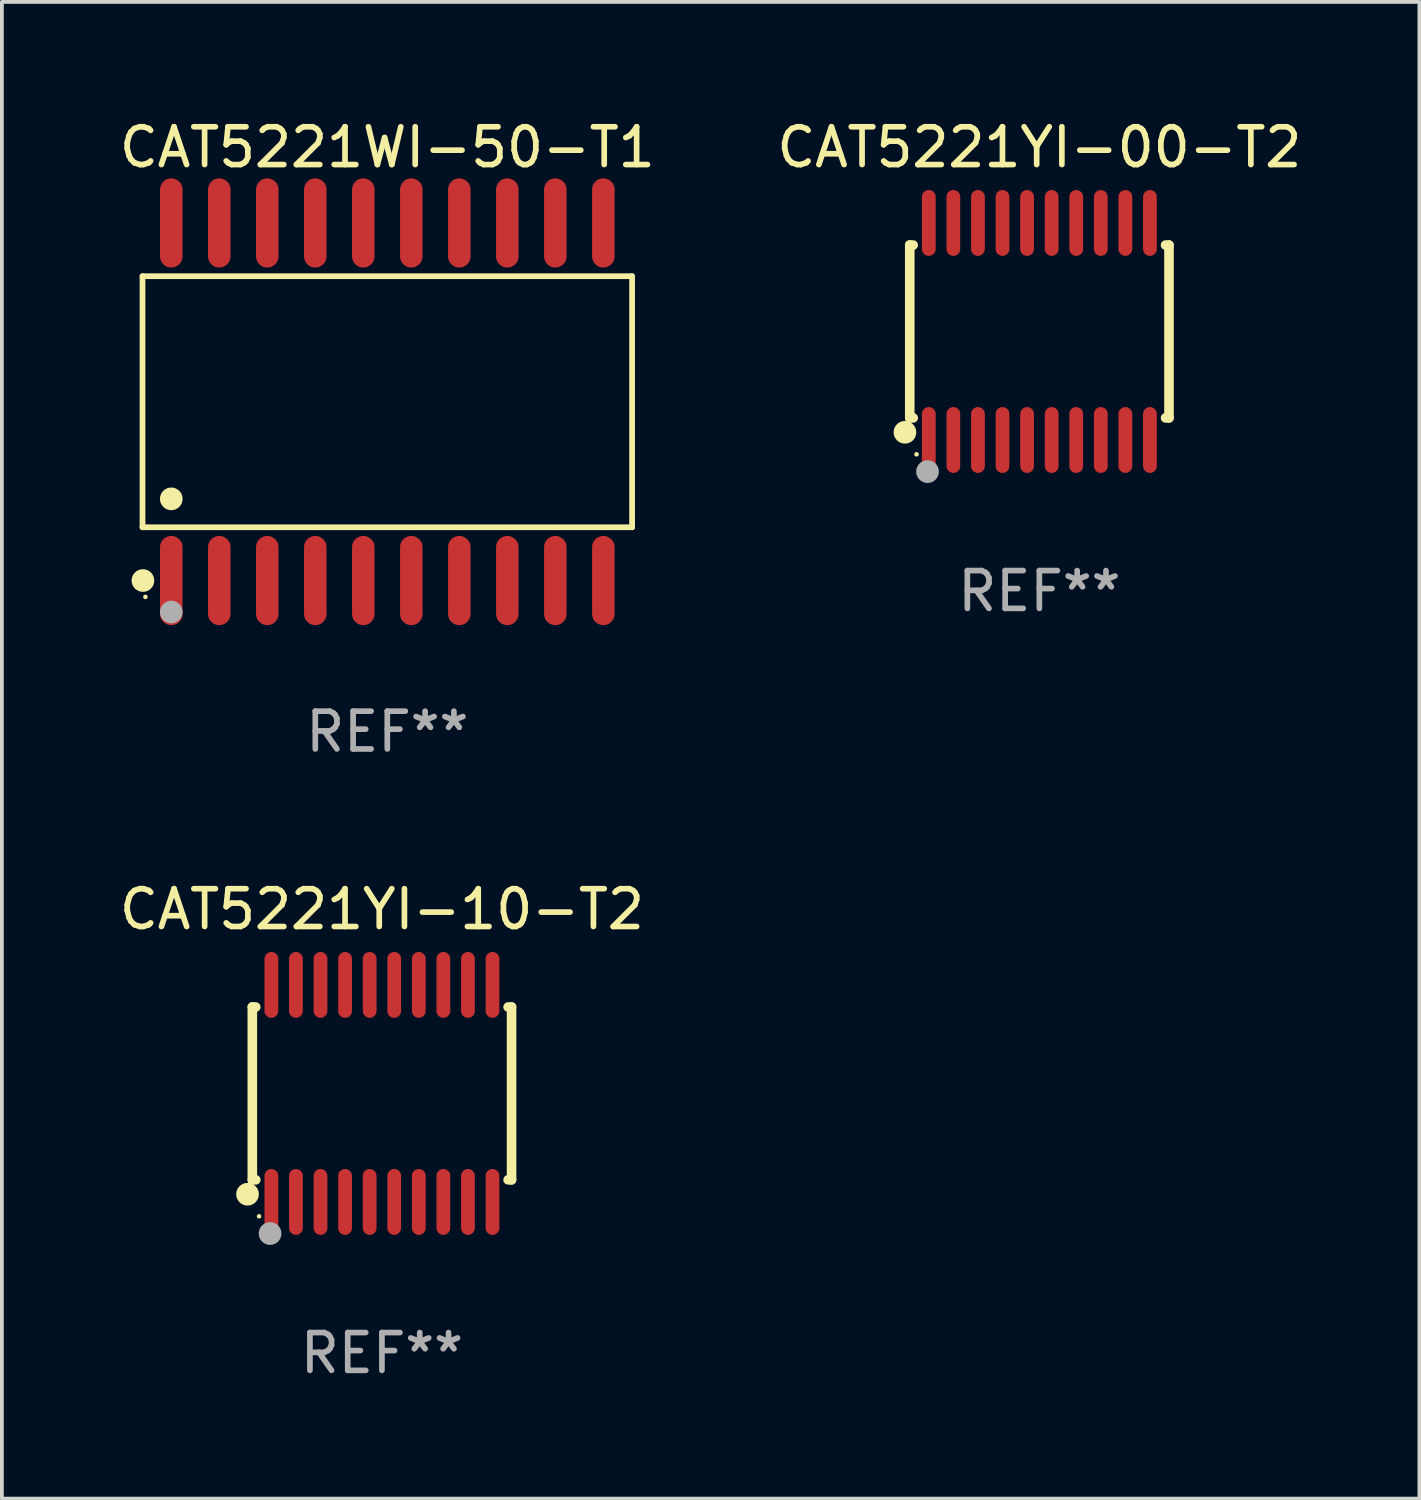
<source format=kicad_pcb>
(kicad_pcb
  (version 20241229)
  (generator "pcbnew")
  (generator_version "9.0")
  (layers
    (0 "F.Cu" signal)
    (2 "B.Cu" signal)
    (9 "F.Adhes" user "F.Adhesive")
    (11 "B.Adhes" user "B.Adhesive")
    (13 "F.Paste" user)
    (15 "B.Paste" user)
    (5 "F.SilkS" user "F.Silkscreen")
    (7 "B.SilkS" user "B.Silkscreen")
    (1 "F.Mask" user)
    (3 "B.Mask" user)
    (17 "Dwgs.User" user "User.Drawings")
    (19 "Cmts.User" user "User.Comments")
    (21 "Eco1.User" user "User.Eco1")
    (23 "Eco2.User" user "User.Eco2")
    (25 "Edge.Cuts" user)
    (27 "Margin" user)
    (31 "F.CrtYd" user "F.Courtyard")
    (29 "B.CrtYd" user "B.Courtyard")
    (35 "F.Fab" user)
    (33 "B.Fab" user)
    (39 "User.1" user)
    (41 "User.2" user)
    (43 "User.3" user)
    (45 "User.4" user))
  (footprint "CAT5221YI-10-T2"
    (layer "F.Cu")
    (at 7.054 25.876)
    (property "Reference" "CAT5221YI-10-T2" (at 0 -4.871 0) (layer "F.SilkS") (effects (font (size 1 1) (thickness 0.15))))
    (attr through_hole)
    (fp_line (start -3.429 -2.286) (end -3.429 2.286) (stroke (width 0.254) (type solid)) (layer "F.SilkS"))
    (fp_line (start -3.429 2.286) (end -3.338 2.286) (stroke (width 0.254) (type solid)) (layer "F.SilkS"))
    (fp_line (start -3.338 -2.286) (end -3.429 -2.286) (stroke (width 0.254) (type solid)) (layer "F.SilkS"))
    (fp_line (start 3.338 -2.286) (end 3.429 -2.286) (stroke (width 0.254) (type solid)) (layer "F.SilkS"))
    (fp_line (start 3.429 -2.286) (end 3.429 2.286) (stroke (width 0.254) (type solid)) (layer "F.SilkS"))
    (fp_line (start 3.429 2.286) (end 3.338 2.286) (stroke (width 0.254) (type solid)) (layer "F.SilkS"))
    (fp_circle (center -3.556 2.667) (end -3.406 2.667) (stroke (width 0.3) (type solid)) (fill no) (layer "F.SilkS"))
    (fp_circle (center -3.25 3.25) (end -3.22 3.25) (stroke (width 0.06) (type solid)) (fill no) (layer "F.SilkS"))
    (fp_circle (center -2.959 3.707) (end -2.808 3.707) (stroke (width 0.3) (type solid)) (fill no) (layer "F.Fab"))
    (fp_text user "REF**" (at 0 6.871 0) (layer "F.Fab") (effects (font (size 1 1) (thickness 0.15))))
    (pad "1" smd oval (at -2.925 2.871) (size 0.364 1.742) (layers "F.Cu" "F.Mask" "F.Paste"))
    (pad "2" smd oval (at -2.275 2.871) (size 0.364 1.742) (layers "F.Cu" "F.Mask" "F.Paste"))
    (pad "3" smd oval (at -1.625 2.871) (size 0.364 1.742) (layers "F.Cu" "F.Mask" "F.Paste"))
    (pad "4" smd oval (at -0.975 2.871) (size 0.364 1.742) (layers "F.Cu" "F.Mask" "F.Paste"))
    (pad "5" smd oval (at -0.325 2.871) (size 0.364 1.742) (layers "F.Cu" "F.Mask" "F.Paste"))
    (pad "6" smd oval (at 0.325 2.871) (size 0.364 1.742) (layers "F.Cu" "F.Mask" "F.Paste"))
    (pad "7" smd oval (at 0.975 2.871) (size 0.364 1.742) (layers "F.Cu" "F.Mask" "F.Paste"))
    (pad "8" smd oval (at 1.625 2.871) (size 0.364 1.742) (layers "F.Cu" "F.Mask" "F.Paste"))
    (pad "9" smd oval (at 2.275 2.871) (size 0.364 1.742) (layers "F.Cu" "F.Mask" "F.Paste"))
    (pad "10" smd oval (at 2.925 2.871) (size 0.364 1.742) (layers "F.Cu" "F.Mask" "F.Paste"))
    (pad "11" smd oval (at 2.925 -2.871) (size 0.364 1.742) (layers "F.Cu" "F.Mask" "F.Paste"))
    (pad "12" smd oval (at 2.275 -2.871) (size 0.364 1.742) (layers "F.Cu" "F.Mask" "F.Paste"))
    (pad "13" smd oval (at 1.625 -2.871) (size 0.364 1.742) (layers "F.Cu" "F.Mask" "F.Paste"))
    (pad "14" smd oval (at 0.975 -2.871) (size 0.364 1.742) (layers "F.Cu" "F.Mask" "F.Paste"))
    (pad "15" smd oval (at 0.325 -2.871) (size 0.364 1.742) (layers "F.Cu" "F.Mask" "F.Paste"))
    (pad "16" smd oval (at -0.325 -2.871) (size 0.364 1.742) (layers "F.Cu" "F.Mask" "F.Paste"))
    (pad "17" smd oval (at -0.975 -2.871) (size 0.364 1.742) (layers "F.Cu" "F.Mask" "F.Paste"))
    (pad "18" smd oval (at -1.625 -2.871) (size 0.364 1.742) (layers "F.Cu" "F.Mask" "F.Paste"))
    (pad "19" smd oval (at -2.275 -2.871) (size 0.364 1.742) (layers "F.Cu" "F.Mask" "F.Paste"))
    (pad "20" smd oval (at -2.925 -2.871) (size 0.364 1.742) (layers "F.Cu" "F.Mask" "F.Paste")))
  (footprint "CAT5221WI-50-T1"
    (layer "F.Cu")
    (at 7.196 7.578)
    (property "Reference" "CAT5221WI-50-T1" (at 0 -6.73 0) (layer "F.SilkS") (effects (font (size 1 1) (thickness 0.15))))
    (attr through_hole)
    (fp_line (start -6.476 -3.321) (end 6.476 -3.321) (stroke (width 0.152) (type solid)) (layer "F.SilkS"))
    (fp_line (start -6.476 3.321) (end -6.476 -3.321) (stroke (width 0.152) (type solid)) (layer "F.SilkS"))
    (fp_line (start 6.476 -3.321) (end 6.476 3.321) (stroke (width 0.152) (type solid)) (layer "F.SilkS"))
    (fp_line (start 6.476 3.321) (end -6.476 3.321) (stroke (width 0.152) (type solid)) (layer "F.SilkS"))
    (fp_circle (center -6.465 4.73) (end -6.315 4.73) (stroke (width 0.3) (type solid)) (fill no) (layer "F.SilkS"))
    (fp_circle (center -6.4 5.163) (end -6.37 5.163) (stroke (width 0.06) (type solid)) (fill no) (layer "F.SilkS"))
    (fp_circle (center -5.715 2.569) (end -5.565 2.569) (stroke (width 0.3) (type solid)) (fill no) (layer "F.SilkS"))
    (fp_circle (center -5.715 5.563) (end -5.565 5.563) (stroke (width 0.3) (type solid)) (fill no) (layer "F.Fab"))
    (fp_text user "REF**" (at 0 8.73 0) (layer "F.Fab") (effects (font (size 1 1) (thickness 0.15))))
    (pad "1" smd oval (at -5.715 4.73) (size 0.595 2.36) (layers "F.Cu" "F.Mask" "F.Paste"))
    (pad "2" smd oval (at -4.445 4.73) (size 0.595 2.36) (layers "F.Cu" "F.Mask" "F.Paste"))
    (pad "3" smd oval (at -3.175 4.73) (size 0.595 2.36) (layers "F.Cu" "F.Mask" "F.Paste"))
    (pad "4" smd oval (at -1.905 4.73) (size 0.595 2.36) (layers "F.Cu" "F.Mask" "F.Paste"))
    (pad "5" smd oval (at -0.635 4.73) (size 0.595 2.36) (layers "F.Cu" "F.Mask" "F.Paste"))
    (pad "6" smd oval (at 0.635 4.73) (size 0.595 2.36) (layers "F.Cu" "F.Mask" "F.Paste"))
    (pad "7" smd oval (at 1.905 4.73) (size 0.595 2.36) (layers "F.Cu" "F.Mask" "F.Paste"))
    (pad "8" smd oval (at 3.175 4.73) (size 0.595 2.36) (layers "F.Cu" "F.Mask" "F.Paste"))
    (pad "9" smd oval (at 4.445 4.73) (size 0.595 2.36) (layers "F.Cu" "F.Mask" "F.Paste"))
    (pad "10" smd oval (at 5.715 4.73) (size 0.595 2.36) (layers "F.Cu" "F.Mask" "F.Paste"))
    (pad "11" smd oval (at 5.715 -4.73) (size 0.595 2.36) (layers "F.Cu" "F.Mask" "F.Paste"))
    (pad "12" smd oval (at 4.445 -4.73) (size 0.595 2.36) (layers "F.Cu" "F.Mask" "F.Paste"))
    (pad "13" smd oval (at 3.175 -4.73) (size 0.595 2.36) (layers "F.Cu" "F.Mask" "F.Paste"))
    (pad "14" smd oval (at 1.905 -4.73) (size 0.595 2.36) (layers "F.Cu" "F.Mask" "F.Paste"))
    (pad "15" smd oval (at 0.635 -4.73) (size 0.595 2.36) (layers "F.Cu" "F.Mask" "F.Paste"))
    (pad "16" smd oval (at -0.635 -4.73) (size 0.595 2.36) (layers "F.Cu" "F.Mask" "F.Paste"))
    (pad "17" smd oval (at -1.905 -4.73) (size 0.595 2.36) (layers "F.Cu" "F.Mask" "F.Paste"))
    (pad "18" smd oval (at -3.175 -4.73) (size 0.595 2.36) (layers "F.Cu" "F.Mask" "F.Paste"))
    (pad "19" smd oval (at -4.445 -4.73) (size 0.595 2.36) (layers "F.Cu" "F.Mask" "F.Paste"))
    (pad "20" smd oval (at -5.715 -4.73) (size 0.595 2.36) (layers "F.Cu" "F.Mask" "F.Paste")))
  (footprint "CAT5221YI-00-T2"
    (layer "F.Cu")
    (at 24.446 5.719)
    (property "Reference" "CAT5221YI-00-T2" (at 0 -4.871 0) (layer "F.SilkS") (effects (font (size 1 1) (thickness 0.15))))
    (attr through_hole)
    (fp_line (start -3.429 -2.286) (end -3.429 2.286) (stroke (width 0.254) (type solid)) (layer "F.SilkS"))
    (fp_line (start -3.429 2.286) (end -3.338 2.286) (stroke (width 0.254) (type solid)) (layer "F.SilkS"))
    (fp_line (start -3.338 -2.286) (end -3.429 -2.286) (stroke (width 0.254) (type solid)) (layer "F.SilkS"))
    (fp_line (start 3.338 -2.286) (end 3.429 -2.286) (stroke (width 0.254) (type solid)) (layer "F.SilkS"))
    (fp_line (start 3.429 -2.286) (end 3.429 2.286) (stroke (width 0.254) (type solid)) (layer "F.SilkS"))
    (fp_line (start 3.429 2.286) (end 3.338 2.286) (stroke (width 0.254) (type solid)) (layer "F.SilkS"))
    (fp_circle (center -3.556 2.667) (end -3.406 2.667) (stroke (width 0.3) (type solid)) (fill no) (layer "F.SilkS"))
    (fp_circle (center -3.25 3.25) (end -3.22 3.25) (stroke (width 0.06) (type solid)) (fill no) (layer "F.SilkS"))
    (fp_circle (center -2.959 3.707) (end -2.808 3.707) (stroke (width 0.3) (type solid)) (fill no) (layer "F.Fab"))
    (fp_text user "REF**" (at 0 6.871 0) (layer "F.Fab") (effects (font (size 1 1) (thickness 0.15))))
    (pad "1" smd oval (at -2.925 2.871) (size 0.364 1.742) (layers "F.Cu" "F.Mask" "F.Paste"))
    (pad "2" smd oval (at -2.275 2.871) (size 0.364 1.742) (layers "F.Cu" "F.Mask" "F.Paste"))
    (pad "3" smd oval (at -1.625 2.871) (size 0.364 1.742) (layers "F.Cu" "F.Mask" "F.Paste"))
    (pad "4" smd oval (at -0.975 2.871) (size 0.364 1.742) (layers "F.Cu" "F.Mask" "F.Paste"))
    (pad "5" smd oval (at -0.325 2.871) (size 0.364 1.742) (layers "F.Cu" "F.Mask" "F.Paste"))
    (pad "6" smd oval (at 0.325 2.871) (size 0.364 1.742) (layers "F.Cu" "F.Mask" "F.Paste"))
    (pad "7" smd oval (at 0.975 2.871) (size 0.364 1.742) (layers "F.Cu" "F.Mask" "F.Paste"))
    (pad "8" smd oval (at 1.625 2.871) (size 0.364 1.742) (layers "F.Cu" "F.Mask" "F.Paste"))
    (pad "9" smd oval (at 2.275 2.871) (size 0.364 1.742) (layers "F.Cu" "F.Mask" "F.Paste"))
    (pad "10" smd oval (at 2.925 2.871) (size 0.364 1.742) (layers "F.Cu" "F.Mask" "F.Paste"))
    (pad "11" smd oval (at 2.925 -2.871) (size 0.364 1.742) (layers "F.Cu" "F.Mask" "F.Paste"))
    (pad "12" smd oval (at 2.275 -2.871) (size 0.364 1.742) (layers "F.Cu" "F.Mask" "F.Paste"))
    (pad "13" smd oval (at 1.625 -2.871) (size 0.364 1.742) (layers "F.Cu" "F.Mask" "F.Paste"))
    (pad "14" smd oval (at 0.975 -2.871) (size 0.364 1.742) (layers "F.Cu" "F.Mask" "F.Paste"))
    (pad "15" smd oval (at 0.325 -2.871) (size 0.364 1.742) (layers "F.Cu" "F.Mask" "F.Paste"))
    (pad "16" smd oval (at -0.325 -2.871) (size 0.364 1.742) (layers "F.Cu" "F.Mask" "F.Paste"))
    (pad "17" smd oval (at -0.975 -2.871) (size 0.364 1.742) (layers "F.Cu" "F.Mask" "F.Paste"))
    (pad "18" smd oval (at -1.625 -2.871) (size 0.364 1.742) (layers "F.Cu" "F.Mask" "F.Paste"))
    (pad "19" smd oval (at -2.275 -2.871) (size 0.364 1.742) (layers "F.Cu" "F.Mask" "F.Paste"))
    (pad "20" smd oval (at -2.925 -2.871) (size 0.364 1.742) (layers "F.Cu" "F.Mask" "F.Paste")))
  (gr_rect
    (start -3 -3)
    (end 34.5 36.595)
    (stroke (width 0.1) (type default))
    (fill no)
    (layer "Edge.Cuts")))
</source>
